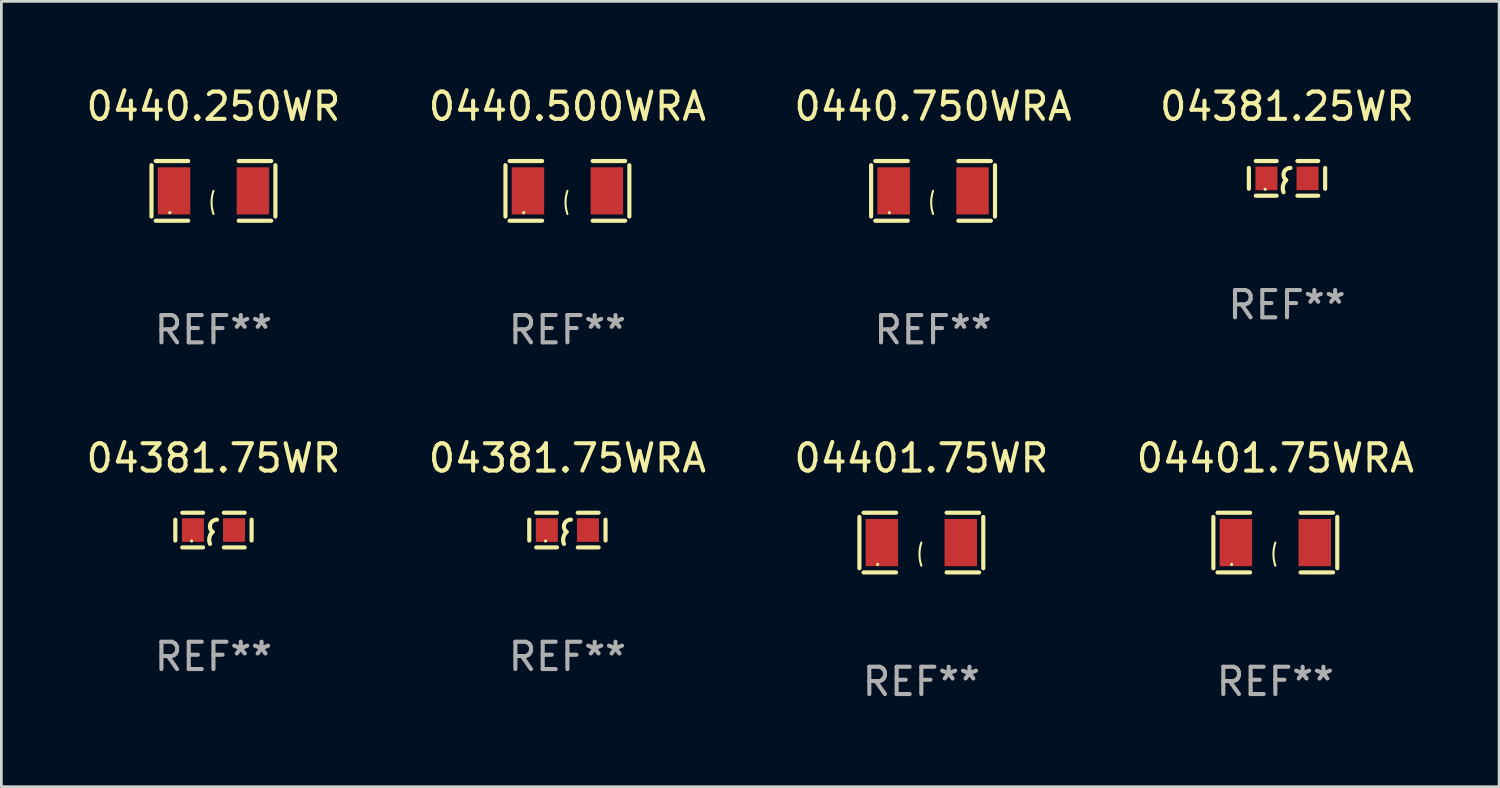
<source format=kicad_pcb>
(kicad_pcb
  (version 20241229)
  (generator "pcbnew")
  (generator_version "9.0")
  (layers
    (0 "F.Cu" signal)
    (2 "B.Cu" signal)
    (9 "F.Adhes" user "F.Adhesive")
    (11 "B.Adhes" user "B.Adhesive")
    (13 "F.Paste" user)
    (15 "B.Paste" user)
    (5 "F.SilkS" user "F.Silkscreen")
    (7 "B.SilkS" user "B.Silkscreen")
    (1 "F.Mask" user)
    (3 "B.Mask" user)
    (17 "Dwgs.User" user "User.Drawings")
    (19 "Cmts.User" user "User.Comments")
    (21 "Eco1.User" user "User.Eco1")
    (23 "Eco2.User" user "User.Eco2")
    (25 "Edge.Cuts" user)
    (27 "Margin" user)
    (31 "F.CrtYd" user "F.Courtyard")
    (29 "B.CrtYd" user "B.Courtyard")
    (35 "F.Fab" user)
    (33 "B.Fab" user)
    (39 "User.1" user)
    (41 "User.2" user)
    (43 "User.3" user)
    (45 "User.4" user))
  (footprint "0440.750WRA"
    (layer "F.Cu")
    (at 31.125 3.941)
    (property "Reference" "0440.750WRA" (at 0 -3.093 0) (layer "F.SilkS") (effects (font (size 1 1) (thickness 0.15))))
    (attr through_hole)
    (fp_line (start -2.269 -0.94) (end -2.269 0.94) (stroke (width 0.152) (type solid)) (layer "F.SilkS"))
    (fp_line (start -2.116 1.093) (end -0.926 1.093) (stroke (width 0.152) (type solid)) (layer "F.SilkS"))
    (fp_line (start -0.926 -1.093) (end -2.116 -1.093) (stroke (width 0.152) (type solid)) (layer "F.SilkS"))
    (fp_line (start 0.926 -1.093) (end 2.116 -1.093) (stroke (width 0.152) (type solid)) (layer "F.SilkS"))
    (fp_line (start 2.116 1.093) (end 0.926 1.093) (stroke (width 0.152) (type solid)) (layer "F.SilkS"))
    (fp_line (start 2.269 -0.94) (end 2.269 0.94) (stroke (width 0.152) (type solid)) (layer "F.SilkS"))
    (fp_arc (start 0 0.844951) (mid -0.068559 0.422475) (end 0 0) (stroke (width 0.0762) (type solid)) (layer "F.SilkS"))
    (fp_circle (center -1.6 0.8) (end -1.57 0.8) (stroke (width 0.06) (type solid)) (fill no) (layer "F.SilkS"))
    (fp_text user "REF**" (at 0 5.093 0) (layer "F.Fab") (effects (font (size 1 1) (thickness 0.15))))
    (pad "1" smd rect (at -1.445 0) (size 1.19 1.728) (layers "F.Cu" "F.Mask" "F.Paste"))
    (pad "2" smd rect (at 1.445 0) (size 1.19 1.728) (layers "F.Cu" "F.Mask" "F.Paste")))
  (footprint "04381.25WR"
    (layer "F.Cu")
    (at 44.089 3.483)
    (property "Reference" "04381.25WR" (at 0 -2.635 0) (layer "F.SilkS") (effects (font (size 1 1) (thickness 0.15))))
    (attr through_hole)
    (fp_line (start -1.397 -0.381) (end -1.397 0.381) (stroke (width 0.152) (type solid)) (layer "F.SilkS"))
    (fp_line (start -0.381 -0.635) (end -1.143 -0.635) (stroke (width 0.152) (type solid)) (layer "F.SilkS"))
    (fp_line (start -0.381 0.635) (end -1.143 0.635) (stroke (width 0.152) (type solid)) (layer "F.SilkS"))
    (fp_line (start 0.381 -0.635) (end 1.143 -0.635) (stroke (width 0.152) (type solid)) (layer "F.SilkS"))
    (fp_line (start 0.381 0.635) (end 1.143 0.635) (stroke (width 0.152) (type solid)) (layer "F.SilkS"))
    (fp_line (start 1.397 -0.381) (end 1.397 0.381) (stroke (width 0.152) (type solid)) (layer "F.SilkS"))
    (fp_arc (start -0.127 0.508001) (mid -0.146523 0.271131) (end -0.030861 0.0635) (stroke (width 0.151994) (type solid)) (layer "F.SilkS"))
    (fp_arc (start -0.03175 0.0635) (mid -0.113571 -0.216321) (end 0.127001 -0.381002) (stroke (width 0.151994) (type solid)) (layer "F.SilkS"))
    (fp_circle (center -0.8 0.4) (end -0.77 0.4) (stroke (width 0.06) (type solid)) (fill no) (layer "F.SilkS"))
    (fp_text user "REF**" (at 0 4.635 0) (layer "F.Fab") (effects (font (size 1 1) (thickness 0.15))))
    (pad "1" smd rect (at -0.753 0) (size 0.806 0.864) (layers "F.Cu" "F.Mask" "F.Paste"))
    (pad "2" smd rect (at 0.753 0) (size 0.806 0.864) (layers "F.Cu" "F.Mask" "F.Paste")))
  (footprint "04381.75WR"
    (layer "F.Cu")
    (at 4.768 16.365)
    (property "Reference" "04381.75WR" (at 0 -2.635 0) (layer "F.SilkS") (effects (font (size 1 1) (thickness 0.15))))
    (attr through_hole)
    (fp_line (start -1.397 -0.381) (end -1.397 0.381) (stroke (width 0.152) (type solid)) (layer "F.SilkS"))
    (fp_line (start -0.381 -0.635) (end -1.143 -0.635) (stroke (width 0.152) (type solid)) (layer "F.SilkS"))
    (fp_line (start -0.381 0.635) (end -1.143 0.635) (stroke (width 0.152) (type solid)) (layer "F.SilkS"))
    (fp_line (start 0.381 -0.635) (end 1.143 -0.635) (stroke (width 0.152) (type solid)) (layer "F.SilkS"))
    (fp_line (start 0.381 0.635) (end 1.143 0.635) (stroke (width 0.152) (type solid)) (layer "F.SilkS"))
    (fp_line (start 1.397 -0.381) (end 1.397 0.381) (stroke (width 0.152) (type solid)) (layer "F.SilkS"))
    (fp_arc (start -0.127 0.508001) (mid -0.146523 0.271131) (end -0.030861 0.0635) (stroke (width 0.151994) (type solid)) (layer "F.SilkS"))
    (fp_arc (start -0.03175 0.0635) (mid -0.113571 -0.216321) (end 0.127001 -0.381002) (stroke (width 0.151994) (type solid)) (layer "F.SilkS"))
    (fp_circle (center -0.8 0.4) (end -0.77 0.4) (stroke (width 0.06) (type solid)) (fill no) (layer "F.SilkS"))
    (fp_text user "REF**" (at 0 4.635 0) (layer "F.Fab") (effects (font (size 1 1) (thickness 0.15))))
    (pad "1" smd rect (at -0.753 0) (size 0.806 0.864) (layers "F.Cu" "F.Mask" "F.Paste"))
    (pad "2" smd rect (at 0.753 0) (size 0.806 0.864) (layers "F.Cu" "F.Mask" "F.Paste")))
  (footprint "04401.75WRA"
    (layer "F.Cu")
    (at 43.661 16.823)
    (property "Reference" "04401.75WRA" (at 0 -3.093 0) (layer "F.SilkS") (effects (font (size 1 1) (thickness 0.15))))
    (attr through_hole)
    (fp_line (start -2.269 -0.94) (end -2.269 0.94) (stroke (width 0.152) (type solid)) (layer "F.SilkS"))
    (fp_line (start -2.116 1.093) (end -0.926 1.093) (stroke (width 0.152) (type solid)) (layer "F.SilkS"))
    (fp_line (start -0.926 -1.093) (end -2.116 -1.093) (stroke (width 0.152) (type solid)) (layer "F.SilkS"))
    (fp_line (start 0.926 -1.093) (end 2.116 -1.093) (stroke (width 0.152) (type solid)) (layer "F.SilkS"))
    (fp_line (start 2.116 1.093) (end 0.926 1.093) (stroke (width 0.152) (type solid)) (layer "F.SilkS"))
    (fp_line (start 2.269 -0.94) (end 2.269 0.94) (stroke (width 0.152) (type solid)) (layer "F.SilkS"))
    (fp_arc (start 0 0.844951) (mid -0.068559 0.422475) (end 0 0) (stroke (width 0.0762) (type solid)) (layer "F.SilkS"))
    (fp_circle (center -1.6 0.8) (end -1.57 0.8) (stroke (width 0.06) (type solid)) (fill no) (layer "F.SilkS"))
    (fp_text user "REF**" (at 0 5.093 0) (layer "F.Fab") (effects (font (size 1 1) (thickness 0.15))))
    (pad "1" smd rect (at -1.445 0) (size 1.19 1.728) (layers "F.Cu" "F.Mask" "F.Paste"))
    (pad "2" smd rect (at 1.445 0) (size 1.19 1.728) (layers "F.Cu" "F.Mask" "F.Paste")))
  (footprint "0440.500WRA"
    (layer "F.Cu")
    (at 17.732 3.941)
    (property "Reference" "0440.500WRA" (at 0 -3.093 0) (layer "F.SilkS") (effects (font (size 1 1) (thickness 0.15))))
    (attr through_hole)
    (fp_line (start -2.269 -0.94) (end -2.269 0.94) (stroke (width 0.152) (type solid)) (layer "F.SilkS"))
    (fp_line (start -2.116 1.093) (end -0.926 1.093) (stroke (width 0.152) (type solid)) (layer "F.SilkS"))
    (fp_line (start -0.926 -1.093) (end -2.116 -1.093) (stroke (width 0.152) (type solid)) (layer "F.SilkS"))
    (fp_line (start 0.926 -1.093) (end 2.116 -1.093) (stroke (width 0.152) (type solid)) (layer "F.SilkS"))
    (fp_line (start 2.116 1.093) (end 0.926 1.093) (stroke (width 0.152) (type solid)) (layer "F.SilkS"))
    (fp_line (start 2.269 -0.94) (end 2.269 0.94) (stroke (width 0.152) (type solid)) (layer "F.SilkS"))
    (fp_arc (start 0 0.844951) (mid -0.068559 0.422475) (end 0 0) (stroke (width 0.0762) (type solid)) (layer "F.SilkS"))
    (fp_circle (center -1.6 0.8) (end -1.57 0.8) (stroke (width 0.06) (type solid)) (fill no) (layer "F.SilkS"))
    (fp_text user "REF**" (at 0 5.093 0) (layer "F.Fab") (effects (font (size 1 1) (thickness 0.15))))
    (pad "1" smd rect (at -1.445 0) (size 1.19 1.728) (layers "F.Cu" "F.Mask" "F.Paste"))
    (pad "2" smd rect (at 1.445 0) (size 1.19 1.728) (layers "F.Cu" "F.Mask" "F.Paste")))
  (footprint "04381.75WRA"
    (layer "F.Cu")
    (at 17.732 16.365)
    (property "Reference" "04381.75WRA" (at 0 -2.635 0) (layer "F.SilkS") (effects (font (size 1 1) (thickness 0.15))))
    (attr through_hole)
    (fp_line (start -1.397 -0.381) (end -1.397 0.381) (stroke (width 0.152) (type solid)) (layer "F.SilkS"))
    (fp_line (start -0.381 -0.635) (end -1.143 -0.635) (stroke (width 0.152) (type solid)) (layer "F.SilkS"))
    (fp_line (start -0.381 0.635) (end -1.143 0.635) (stroke (width 0.152) (type solid)) (layer "F.SilkS"))
    (fp_line (start 0.381 -0.635) (end 1.143 -0.635) (stroke (width 0.152) (type solid)) (layer "F.SilkS"))
    (fp_line (start 0.381 0.635) (end 1.143 0.635) (stroke (width 0.152) (type solid)) (layer "F.SilkS"))
    (fp_line (start 1.397 -0.381) (end 1.397 0.381) (stroke (width 0.152) (type solid)) (layer "F.SilkS"))
    (fp_arc (start -0.127 0.508001) (mid -0.146523 0.271131) (end -0.030861 0.0635) (stroke (width 0.151994) (type solid)) (layer "F.SilkS"))
    (fp_arc (start -0.03175 0.0635) (mid -0.113571 -0.216321) (end 0.127001 -0.381002) (stroke (width 0.151994) (type solid)) (layer "F.SilkS"))
    (fp_circle (center -0.8 0.4) (end -0.77 0.4) (stroke (width 0.06) (type solid)) (fill no) (layer "F.SilkS"))
    (fp_text user "REF**" (at 0 4.635 0) (layer "F.Fab") (effects (font (size 1 1) (thickness 0.15))))
    (pad "1" smd rect (at -0.753 0) (size 0.806 0.864) (layers "F.Cu" "F.Mask" "F.Paste"))
    (pad "2" smd rect (at 0.753 0) (size 0.806 0.864) (layers "F.Cu" "F.Mask" "F.Paste")))
  (footprint "0440.250WR"
    (layer "F.Cu")
    (at 4.768 3.941)
    (property "Reference" "0440.250WR" (at 0 -3.093 0) (layer "F.SilkS") (effects (font (size 1 1) (thickness 0.15))))
    (attr through_hole)
    (fp_line (start -2.269 -0.94) (end -2.269 0.94) (stroke (width 0.152) (type solid)) (layer "F.SilkS"))
    (fp_line (start -2.116 1.093) (end -0.926 1.093) (stroke (width 0.152) (type solid)) (layer "F.SilkS"))
    (fp_line (start -0.926 -1.093) (end -2.116 -1.093) (stroke (width 0.152) (type solid)) (layer "F.SilkS"))
    (fp_line (start 0.926 -1.093) (end 2.116 -1.093) (stroke (width 0.152) (type solid)) (layer "F.SilkS"))
    (fp_line (start 2.116 1.093) (end 0.926 1.093) (stroke (width 0.152) (type solid)) (layer "F.SilkS"))
    (fp_line (start 2.269 -0.94) (end 2.269 0.94) (stroke (width 0.152) (type solid)) (layer "F.SilkS"))
    (fp_arc (start 0 0.844951) (mid -0.068559 0.422475) (end 0 0) (stroke (width 0.0762) (type solid)) (layer "F.SilkS"))
    (fp_circle (center -1.6 0.8) (end -1.57 0.8) (stroke (width 0.06) (type solid)) (fill no) (layer "F.SilkS"))
    (fp_text user "REF**" (at 0 5.093 0) (layer "F.Fab") (effects (font (size 1 1) (thickness 0.15))))
    (pad "1" smd rect (at -1.445 0) (size 1.19 1.728) (layers "F.Cu" "F.Mask" "F.Paste"))
    (pad "2" smd rect (at 1.445 0) (size 1.19 1.728) (layers "F.Cu" "F.Mask" "F.Paste")))
  (footprint "04401.75WR"
    (layer "F.Cu")
    (at 30.696 16.823)
    (property "Reference" "04401.75WR" (at 0 -3.093 0) (layer "F.SilkS") (effects (font (size 1 1) (thickness 0.15))))
    (attr through_hole)
    (fp_line (start -2.269 -0.94) (end -2.269 0.94) (stroke (width 0.152) (type solid)) (layer "F.SilkS"))
    (fp_line (start -2.116 1.093) (end -0.926 1.093) (stroke (width 0.152) (type solid)) (layer "F.SilkS"))
    (fp_line (start -0.926 -1.093) (end -2.116 -1.093) (stroke (width 0.152) (type solid)) (layer "F.SilkS"))
    (fp_line (start 0.926 -1.093) (end 2.116 -1.093) (stroke (width 0.152) (type solid)) (layer "F.SilkS"))
    (fp_line (start 2.116 1.093) (end 0.926 1.093) (stroke (width 0.152) (type solid)) (layer "F.SilkS"))
    (fp_line (start 2.269 -0.94) (end 2.269 0.94) (stroke (width 0.152) (type solid)) (layer "F.SilkS"))
    (fp_arc (start 0 0.844951) (mid -0.068559 0.422475) (end 0 0) (stroke (width 0.0762) (type solid)) (layer "F.SilkS"))
    (fp_circle (center -1.6 0.8) (end -1.57 0.8) (stroke (width 0.06) (type solid)) (fill no) (layer "F.SilkS"))
    (fp_text user "REF**" (at 0 5.093 0) (layer "F.Fab") (effects (font (size 1 1) (thickness 0.15))))
    (pad "1" smd rect (at -1.445 0) (size 1.19 1.728) (layers "F.Cu" "F.Mask" "F.Paste"))
    (pad "2" smd rect (at 1.445 0) (size 1.19 1.728) (layers "F.Cu" "F.Mask" "F.Paste")))
  (gr_rect
    (start -3 -3)
    (end 51.857 25.763)
    (stroke (width 0.1) (type default))
    (fill no)
    (layer "Edge.Cuts")))
</source>
